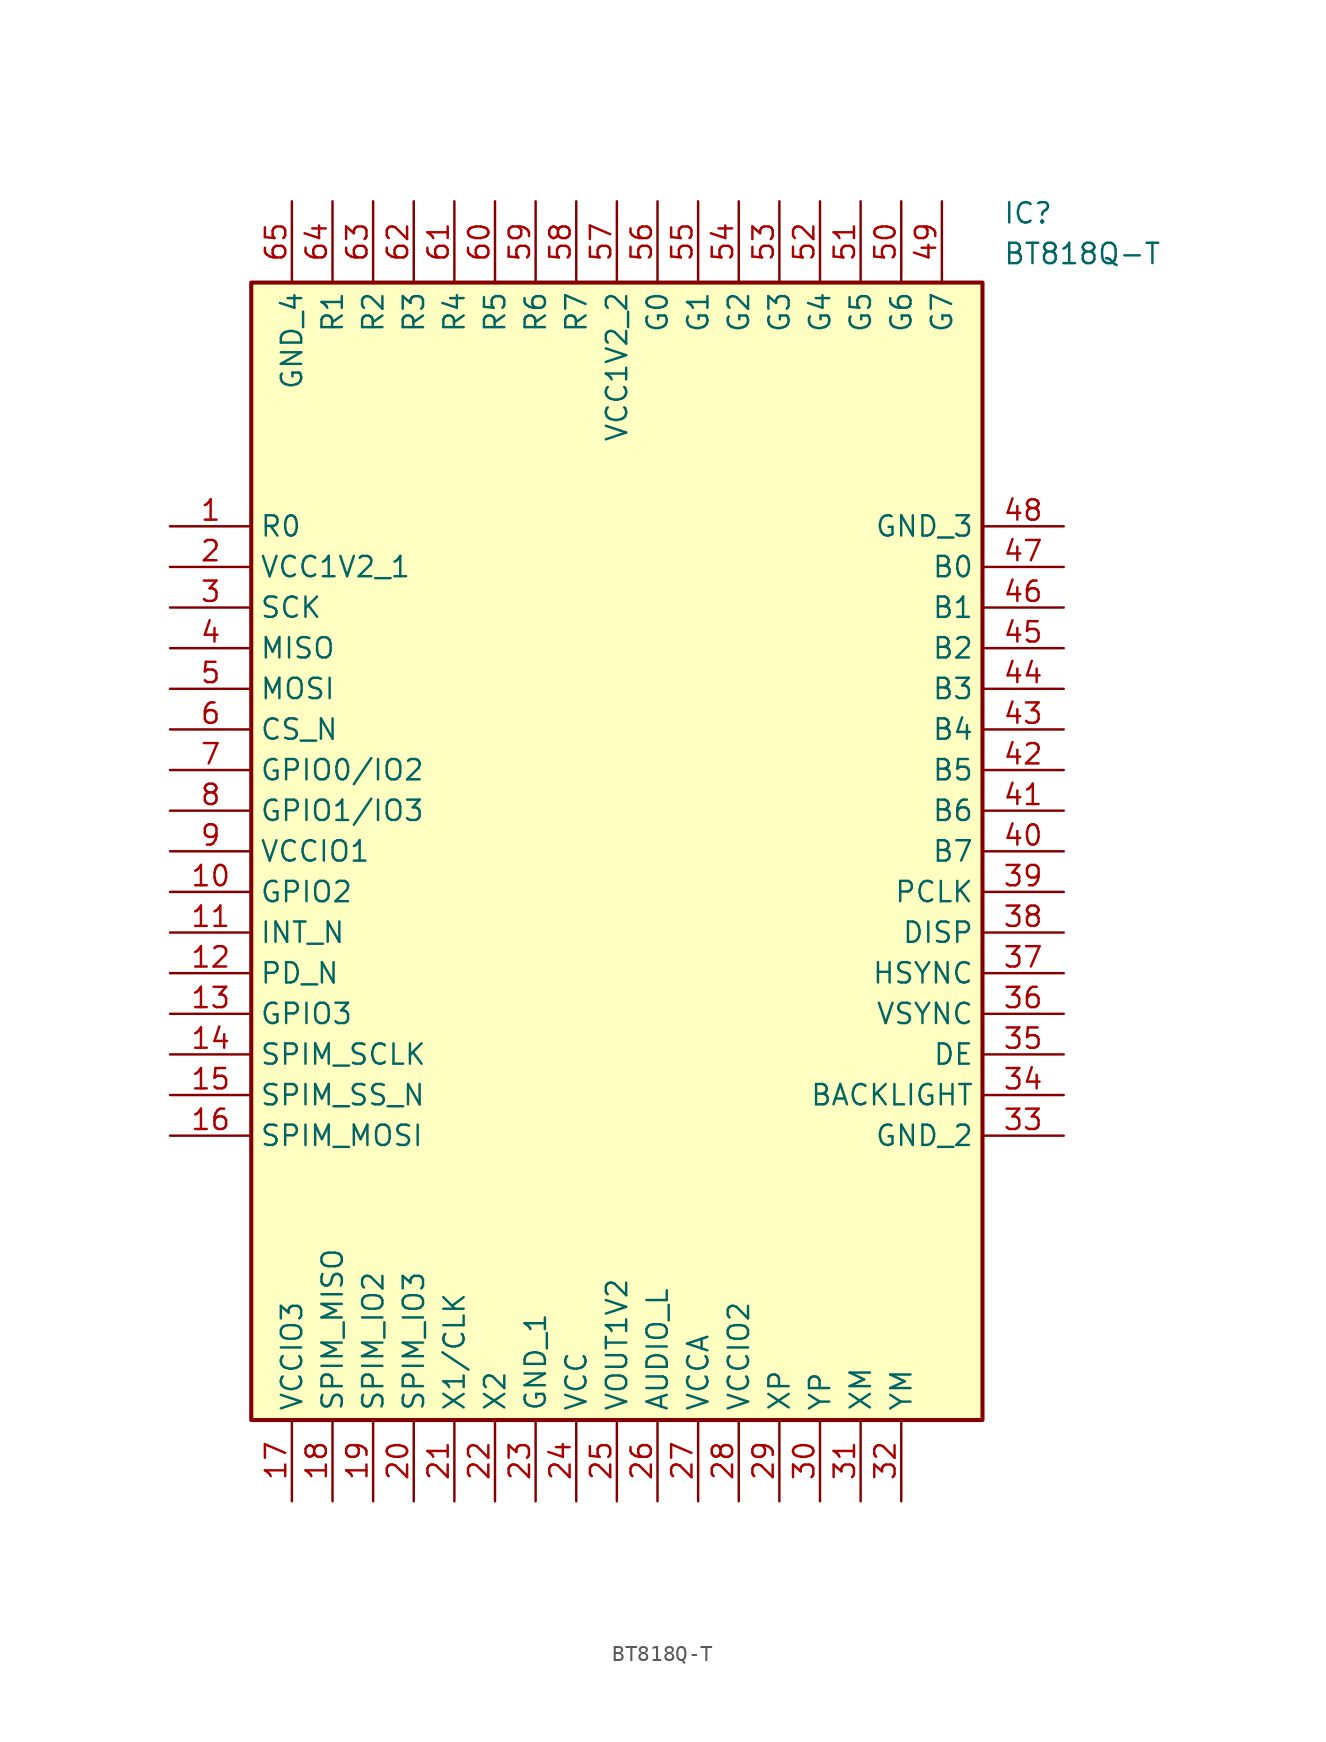
<source format=kicad_sym>
(kicad_symbol_lib
  (version 20211014)
  (generator SamacSys_ECAD_Model)
  (symbol "BT818Q-T"
    (property "Reference" "IC"
      (at 52.07 20.32 0)
      (effects (font (size 1.27 1.27)) (justify left top)))
    (property "Value" "BT818Q-T"
      (at 52.07 17.78 0)
      (effects (font (size 1.27 1.27)) (justify left top)))
    (rectangle
      (start 5.08 15.24)
      (end 50.8 -55.88)
      (stroke (width 0.254) (type default))
      (fill (type background)))
    (pin passive line
      (at 0 0 0)
      (length 5.08)
      (name "R0" (effects (font (size 1.27 1.27))))
      (number "1" (effects (font (size 1.27 1.27)))))
    (pin passive line
      (at 0 -2.54 0)
      (length 5.08)
      (name "VCC1V2_1" (effects (font (size 1.27 1.27))))
      (number "2" (effects (font (size 1.27 1.27)))))
    (pin passive line
      (at 0 -5.08 0)
      (length 5.08)
      (name "SCK" (effects (font (size 1.27 1.27))))
      (number "3" (effects (font (size 1.27 1.27)))))
    (pin passive line
      (at 0 -7.62 0)
      (length 5.08)
      (name "MISO" (effects (font (size 1.27 1.27))))
      (number "4" (effects (font (size 1.27 1.27)))))
    (pin passive line
      (at 0 -10.16 0)
      (length 5.08)
      (name "MOSI" (effects (font (size 1.27 1.27))))
      (number "5" (effects (font (size 1.27 1.27)))))
    (pin passive line
      (at 0 -12.7 0)
      (length 5.08)
      (name "CS_N" (effects (font (size 1.27 1.27))))
      (number "6" (effects (font (size 1.27 1.27)))))
    (pin passive line
      (at 0 -15.24 0)
      (length 5.08)
      (name "GPIO0/IO2" (effects (font (size 1.27 1.27))))
      (number "7" (effects (font (size 1.27 1.27)))))
    (pin passive line
      (at 0 -17.78 0)
      (length 5.08)
      (name "GPIO1/IO3" (effects (font (size 1.27 1.27))))
      (number "8" (effects (font (size 1.27 1.27)))))
    (pin passive line
      (at 0 -20.32 0)
      (length 5.08)
      (name "VCCIO1" (effects (font (size 1.27 1.27))))
      (number "9" (effects (font (size 1.27 1.27)))))
    (pin passive line
      (at 0 -22.86 0)
      (length 5.08)
      (name "GPIO2" (effects (font (size 1.27 1.27))))
      (number "10" (effects (font (size 1.27 1.27)))))
    (pin passive line
      (at 0 -25.4 0)
      (length 5.08)
      (name "INT_N" (effects (font (size 1.27 1.27))))
      (number "11" (effects (font (size 1.27 1.27)))))
    (pin passive line
      (at 0 -27.94 0)
      (length 5.08)
      (name "PD_N" (effects (font (size 1.27 1.27))))
      (number "12" (effects (font (size 1.27 1.27)))))
    (pin passive line
      (at 0 -30.48 0)
      (length 5.08)
      (name "GPIO3" (effects (font (size 1.27 1.27))))
      (number "13" (effects (font (size 1.27 1.27)))))
    (pin passive line
      (at 0 -33.02 0)
      (length 5.08)
      (name "SPIM_SCLK" (effects (font (size 1.27 1.27))))
      (number "14" (effects (font (size 1.27 1.27)))))
    (pin passive line
      (at 0 -35.56 0)
      (length 5.08)
      (name "SPIM_SS_N" (effects (font (size 1.27 1.27))))
      (number "15" (effects (font (size 1.27 1.27)))))
    (pin passive line
      (at 0 -38.1 0)
      (length 5.08)
      (name "SPIM_MOSI" (effects (font (size 1.27 1.27))))
      (number "16" (effects (font (size 1.27 1.27)))))
    (pin passive line
      (at 7.62 -60.96 90)
      (length 5.08)
      (name "VCCIO3" (effects (font (size 1.27 1.27))))
      (number "17" (effects (font (size 1.27 1.27)))))
    (pin passive line
      (at 10.16 -60.96 90)
      (length 5.08)
      (name "SPIM_MISO" (effects (font (size 1.27 1.27))))
      (number "18" (effects (font (size 1.27 1.27)))))
    (pin passive line
      (at 12.7 -60.96 90)
      (length 5.08)
      (name "SPIM_IO2" (effects (font (size 1.27 1.27))))
      (number "19" (effects (font (size 1.27 1.27)))))
    (pin passive line
      (at 15.24 -60.96 90)
      (length 5.08)
      (name "SPIM_IO3" (effects (font (size 1.27 1.27))))
      (number "20" (effects (font (size 1.27 1.27)))))
    (pin passive line
      (at 17.78 -60.96 90)
      (length 5.08)
      (name "X1/CLK" (effects (font (size 1.27 1.27))))
      (number "21" (effects (font (size 1.27 1.27)))))
    (pin passive line
      (at 20.32 -60.96 90)
      (length 5.08)
      (name "X2" (effects (font (size 1.27 1.27))))
      (number "22" (effects (font (size 1.27 1.27)))))
    (pin passive line
      (at 22.86 -60.96 90)
      (length 5.08)
      (name "GND_1" (effects (font (size 1.27 1.27))))
      (number "23" (effects (font (size 1.27 1.27)))))
    (pin passive line
      (at 25.4 -60.96 90)
      (length 5.08)
      (name "VCC" (effects (font (size 1.27 1.27))))
      (number "24" (effects (font (size 1.27 1.27)))))
    (pin passive line
      (at 27.94 -60.96 90)
      (length 5.08)
      (name "VOUT1V2" (effects (font (size 1.27 1.27))))
      (number "25" (effects (font (size 1.27 1.27)))))
    (pin passive line
      (at 30.48 -60.96 90)
      (length 5.08)
      (name "AUDIO_L" (effects (font (size 1.27 1.27))))
      (number "26" (effects (font (size 1.27 1.27)))))
    (pin passive line
      (at 33.02 -60.96 90)
      (length 5.08)
      (name "VCCA" (effects (font (size 1.27 1.27))))
      (number "27" (effects (font (size 1.27 1.27)))))
    (pin passive line
      (at 35.56 -60.96 90)
      (length 5.08)
      (name "VCCIO2" (effects (font (size 1.27 1.27))))
      (number "28" (effects (font (size 1.27 1.27)))))
    (pin passive line
      (at 38.1 -60.96 90)
      (length 5.08)
      (name "XP" (effects (font (size 1.27 1.27))))
      (number "29" (effects (font (size 1.27 1.27)))))
    (pin passive line
      (at 40.64 -60.96 90)
      (length 5.08)
      (name "YP" (effects (font (size 1.27 1.27))))
      (number "30" (effects (font (size 1.27 1.27)))))
    (pin passive line
      (at 43.18 -60.96 90)
      (length 5.08)
      (name "XM" (effects (font (size 1.27 1.27))))
      (number "31" (effects (font (size 1.27 1.27)))))
    (pin passive line
      (at 45.72 -60.96 90)
      (length 5.08)
      (name "YM" (effects (font (size 1.27 1.27))))
      (number "32" (effects (font (size 1.27 1.27)))))
    (pin passive line
      (at 55.88 0 180)
      (length 5.08)
      (name "GND_3" (effects (font (size 1.27 1.27))))
      (number "48" (effects (font (size 1.27 1.27)))))
    (pin passive line
      (at 55.88 -2.54 180)
      (length 5.08)
      (name "B0" (effects (font (size 1.27 1.27))))
      (number "47" (effects (font (size 1.27 1.27)))))
    (pin passive line
      (at 55.88 -5.08 180)
      (length 5.08)
      (name "B1" (effects (font (size 1.27 1.27))))
      (number "46" (effects (font (size 1.27 1.27)))))
    (pin passive line
      (at 55.88 -7.62 180)
      (length 5.08)
      (name "B2" (effects (font (size 1.27 1.27))))
      (number "45" (effects (font (size 1.27 1.27)))))
    (pin passive line
      (at 55.88 -10.16 180)
      (length 5.08)
      (name "B3" (effects (font (size 1.27 1.27))))
      (number "44" (effects (font (size 1.27 1.27)))))
    (pin passive line
      (at 55.88 -12.7 180)
      (length 5.08)
      (name "B4" (effects (font (size 1.27 1.27))))
      (number "43" (effects (font (size 1.27 1.27)))))
    (pin passive line
      (at 55.88 -15.24 180)
      (length 5.08)
      (name "B5" (effects (font (size 1.27 1.27))))
      (number "42" (effects (font (size 1.27 1.27)))))
    (pin passive line
      (at 55.88 -17.78 180)
      (length 5.08)
      (name "B6" (effects (font (size 1.27 1.27))))
      (number "41" (effects (font (size 1.27 1.27)))))
    (pin passive line
      (at 55.88 -20.32 180)
      (length 5.08)
      (name "B7" (effects (font (size 1.27 1.27))))
      (number "40" (effects (font (size 1.27 1.27)))))
    (pin passive line
      (at 55.88 -22.86 180)
      (length 5.08)
      (name "PCLK" (effects (font (size 1.27 1.27))))
      (number "39" (effects (font (size 1.27 1.27)))))
    (pin passive line
      (at 55.88 -25.4 180)
      (length 5.08)
      (name "DISP" (effects (font (size 1.27 1.27))))
      (number "38" (effects (font (size 1.27 1.27)))))
    (pin passive line
      (at 55.88 -27.94 180)
      (length 5.08)
      (name "HSYNC" (effects (font (size 1.27 1.27))))
      (number "37" (effects (font (size 1.27 1.27)))))
    (pin passive line
      (at 55.88 -30.48 180)
      (length 5.08)
      (name "VSYNC" (effects (font (size 1.27 1.27))))
      (number "36" (effects (font (size 1.27 1.27)))))
    (pin passive line
      (at 55.88 -33.02 180)
      (length 5.08)
      (name "DE" (effects (font (size 1.27 1.27))))
      (number "35" (effects (font (size 1.27 1.27)))))
    (pin passive line
      (at 55.88 -35.56 180)
      (length 5.08)
      (name "BACKLIGHT" (effects (font (size 1.27 1.27))))
      (number "34" (effects (font (size 1.27 1.27)))))
    (pin passive line
      (at 55.88 -38.1 180)
      (length 5.08)
      (name "GND_2" (effects (font (size 1.27 1.27))))
      (number "33" (effects (font (size 1.27 1.27)))))
    (pin passive line
      (at 7.62 20.32 270)
      (length 5.08)
      (name "GND_4" (effects (font (size 1.27 1.27))))
      (number "65" (effects (font (size 1.27 1.27)))))
    (pin passive line
      (at 10.16 20.32 270)
      (length 5.08)
      (name "R1" (effects (font (size 1.27 1.27))))
      (number "64" (effects (font (size 1.27 1.27)))))
    (pin passive line
      (at 12.7 20.32 270)
      (length 5.08)
      (name "R2" (effects (font (size 1.27 1.27))))
      (number "63" (effects (font (size 1.27 1.27)))))
    (pin passive line
      (at 15.24 20.32 270)
      (length 5.08)
      (name "R3" (effects (font (size 1.27 1.27))))
      (number "62" (effects (font (size 1.27 1.27)))))
    (pin passive line
      (at 17.78 20.32 270)
      (length 5.08)
      (name "R4" (effects (font (size 1.27 1.27))))
      (number "61" (effects (font (size 1.27 1.27)))))
    (pin passive line
      (at 20.32 20.32 270)
      (length 5.08)
      (name "R5" (effects (font (size 1.27 1.27))))
      (number "60" (effects (font (size 1.27 1.27)))))
    (pin passive line
      (at 22.86 20.32 270)
      (length 5.08)
      (name "R6" (effects (font (size 1.27 1.27))))
      (number "59" (effects (font (size 1.27 1.27)))))
    (pin passive line
      (at 25.4 20.32 270)
      (length 5.08)
      (name "R7" (effects (font (size 1.27 1.27))))
      (number "58" (effects (font (size 1.27 1.27)))))
    (pin passive line
      (at 27.94 20.32 270)
      (length 5.08)
      (name "VCC1V2_2" (effects (font (size 1.27 1.27))))
      (number "57" (effects (font (size 1.27 1.27)))))
    (pin passive line
      (at 30.48 20.32 270)
      (length 5.08)
      (name "G0" (effects (font (size 1.27 1.27))))
      (number "56" (effects (font (size 1.27 1.27)))))
    (pin passive line
      (at 33.02 20.32 270)
      (length 5.08)
      (name "G1" (effects (font (size 1.27 1.27))))
      (number "55" (effects (font (size 1.27 1.27)))))
    (pin passive line
      (at 35.56 20.32 270)
      (length 5.08)
      (name "G2" (effects (font (size 1.27 1.27))))
      (number "54" (effects (font (size 1.27 1.27)))))
    (pin passive line
      (at 38.1 20.32 270)
      (length 5.08)
      (name "G3" (effects (font (size 1.27 1.27))))
      (number "53" (effects (font (size 1.27 1.27)))))
    (pin passive line
      (at 40.64 20.32 270)
      (length 5.08)
      (name "G4" (effects (font (size 1.27 1.27))))
      (number "52" (effects (font (size 1.27 1.27)))))
    (pin passive line
      (at 43.18 20.32 270)
      (length 5.08)
      (name "G5" (effects (font (size 1.27 1.27))))
      (number "51" (effects (font (size 1.27 1.27)))))
    (pin passive line
      (at 45.72 20.32 270)
      (length 5.08)
      (name "G6" (effects (font (size 1.27 1.27))))
      (number "50" (effects (font (size 1.27 1.27)))))
    (pin passive line
      (at 48.26 20.32 270)
      (length 5.08)
      (name "G7" (effects (font (size 1.27 1.27))))
      (number "49" (effects (font (size 1.27 1.27)))))))
</source>
